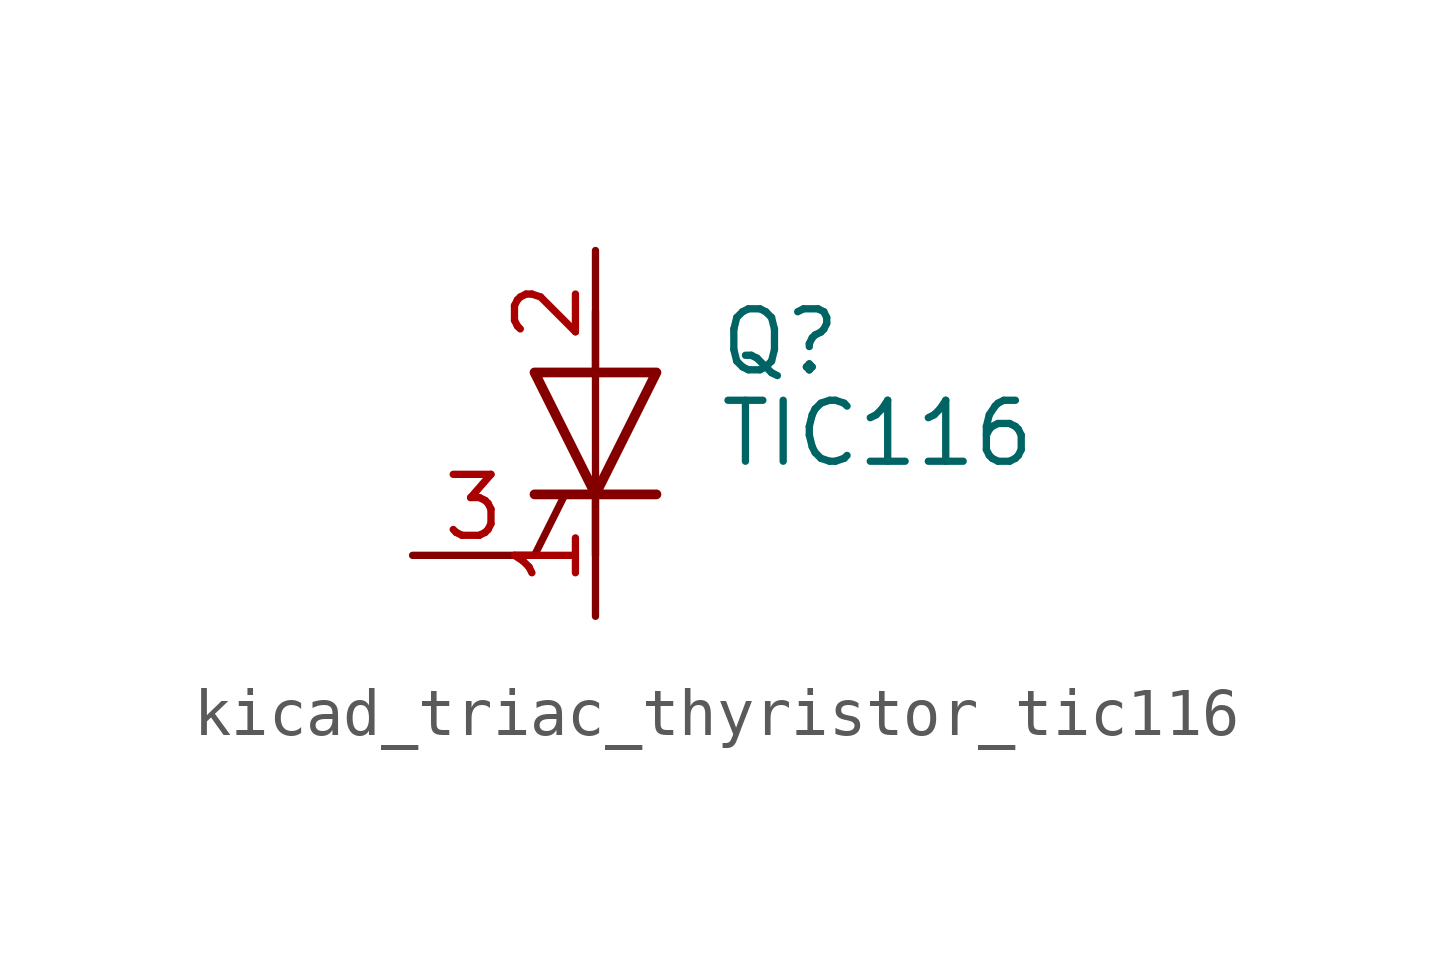
<source format=kicad_sym>
(kicad_symbol_lib
  (version 20220914)
  (generator kicad_symbol_editor)
  (symbol "kicad_triac_thyristor_tic116"
    (pin_names
      (offset 0) hide)
    (property "Reference" "Q"
      (at 2.54 1.905 0)
      (effects (font (size 1.27 1.27)) (justify left)))
    (property "Value" "TIC116"
      (at 2.54 0 0)
      (effects (font (size 1.27 1.27)) (justify left)))
    (symbol "kicad_triac_thyristor_tic116_0_1"
      (polyline (pts (xy -1.27 -2.54) (xy -0.635 -1.27)) (stroke (width 0) (type default)) (fill (type none)))
      (polyline (pts (xy -1.27 -1.27) (xy 1.27 -1.27)) (stroke (width 0.203) (type default)) (fill (type none)))
      (polyline (pts (xy 0 -2.54) (xy 0 2.54)) (stroke (width 0) (type default)) (fill (type none)))
      (polyline (pts (xy -1.27 1.27) (xy 1.27 1.27) (xy 0 -1.27) (xy -1.27 1.27)) (stroke (width 0.203) (type default)) (fill (type none))))
    (symbol "kicad_triac_thyristor_tic116_1_1"
      (pin passive line (at 0 -3.81 90) (length 2.54) (name "K" (effects (font (size 1.27 1.27)))) (number "1" (effects (font (size 1.27 1.27)))))
      (pin passive line (at 0 3.81 270) (length 2.54) (name "A" (effects (font (size 1.27 1.27)))) (number "2" (effects (font (size 1.27 1.27)))))
      (pin input line (at -3.81 -2.54 0) (length 2.54) (name "G" (effects (font (size 1.27 1.27)))) (number "3" (effects (font (size 1.27 1.27))))))))
</source>
